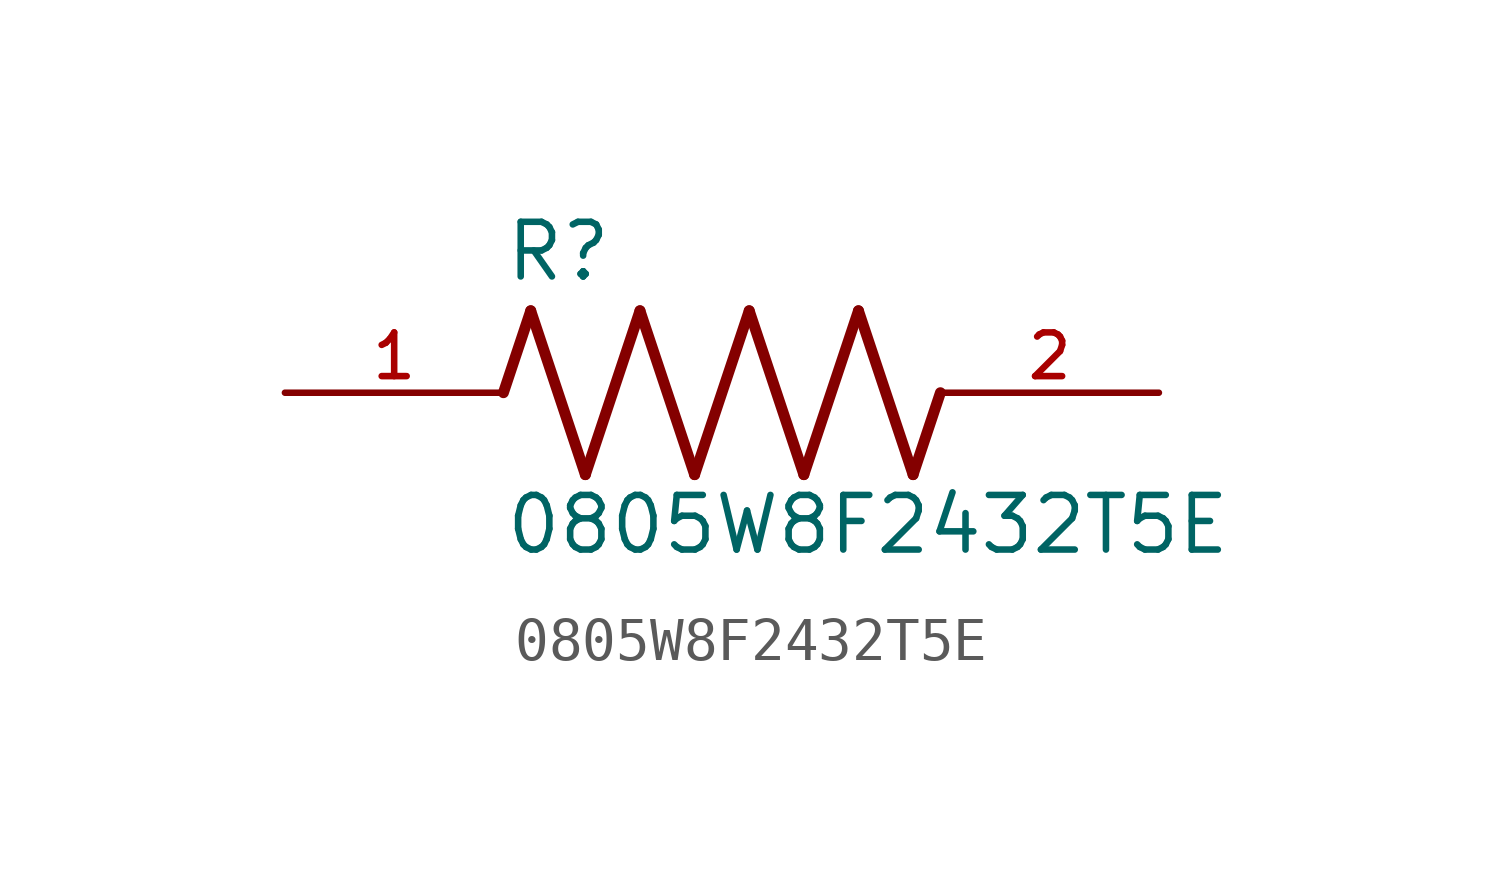
<source format=kicad_sym>
(kicad_symbol_lib
  (version 20211014)
  (generator kicad_symbol_editor)
  (symbol "0805W8F2432T5E"
    (pin_names
      (offset 1.016))
    (property "Reference" "R"
      (at -5.08 2.54 0)
      (effects (font (size 1.27 1.27)) (justify bottom left)))
    (property "Value" "0805W8F2432T5E"
      (at -5.08 -3.81 0)
      (effects (font (size 1.27 1.27)) (justify bottom left)))
    (symbol "0805W8F2432T5E_0_0"
      (polyline (pts (xy -5.08 0.0) (xy -4.445 1.905)) (stroke (width 0.254)))
      (polyline (pts (xy -4.445 1.905) (xy -3.175 -1.905)) (stroke (width 0.254)))
      (polyline (pts (xy -3.175 -1.905) (xy -1.905 1.905)) (stroke (width 0.254)))
      (polyline (pts (xy -1.905 1.905) (xy -0.635 -1.905)) (stroke (width 0.254)))
      (polyline (pts (xy -0.635 -1.905) (xy 0.635 1.905)) (stroke (width 0.254)))
      (polyline (pts (xy 0.635 1.905) (xy 1.905 -1.905)) (stroke (width 0.254)))
      (polyline (pts (xy 1.905 -1.905) (xy 3.175 1.905)) (stroke (width 0.254)))
      (polyline (pts (xy 3.175 1.905) (xy 4.445 -1.905)) (stroke (width 0.254)))
      (polyline (pts (xy 4.445 -1.905) (xy 5.08 0.0)) (stroke (width 0.254)))
      (pin passive line (at -10.16 0.0 0) (length 5.08) (name "~" (effects (font (size 1.016 1.016)))) (number "1" (effects (font (size 1.016 1.016)))))
      (pin passive line (at 10.16 0.0 180.0) (length 5.08) (name "~" (effects (font (size 1.016 1.016)))) (number "2" (effects (font (size 1.016 1.016))))))))
</source>
